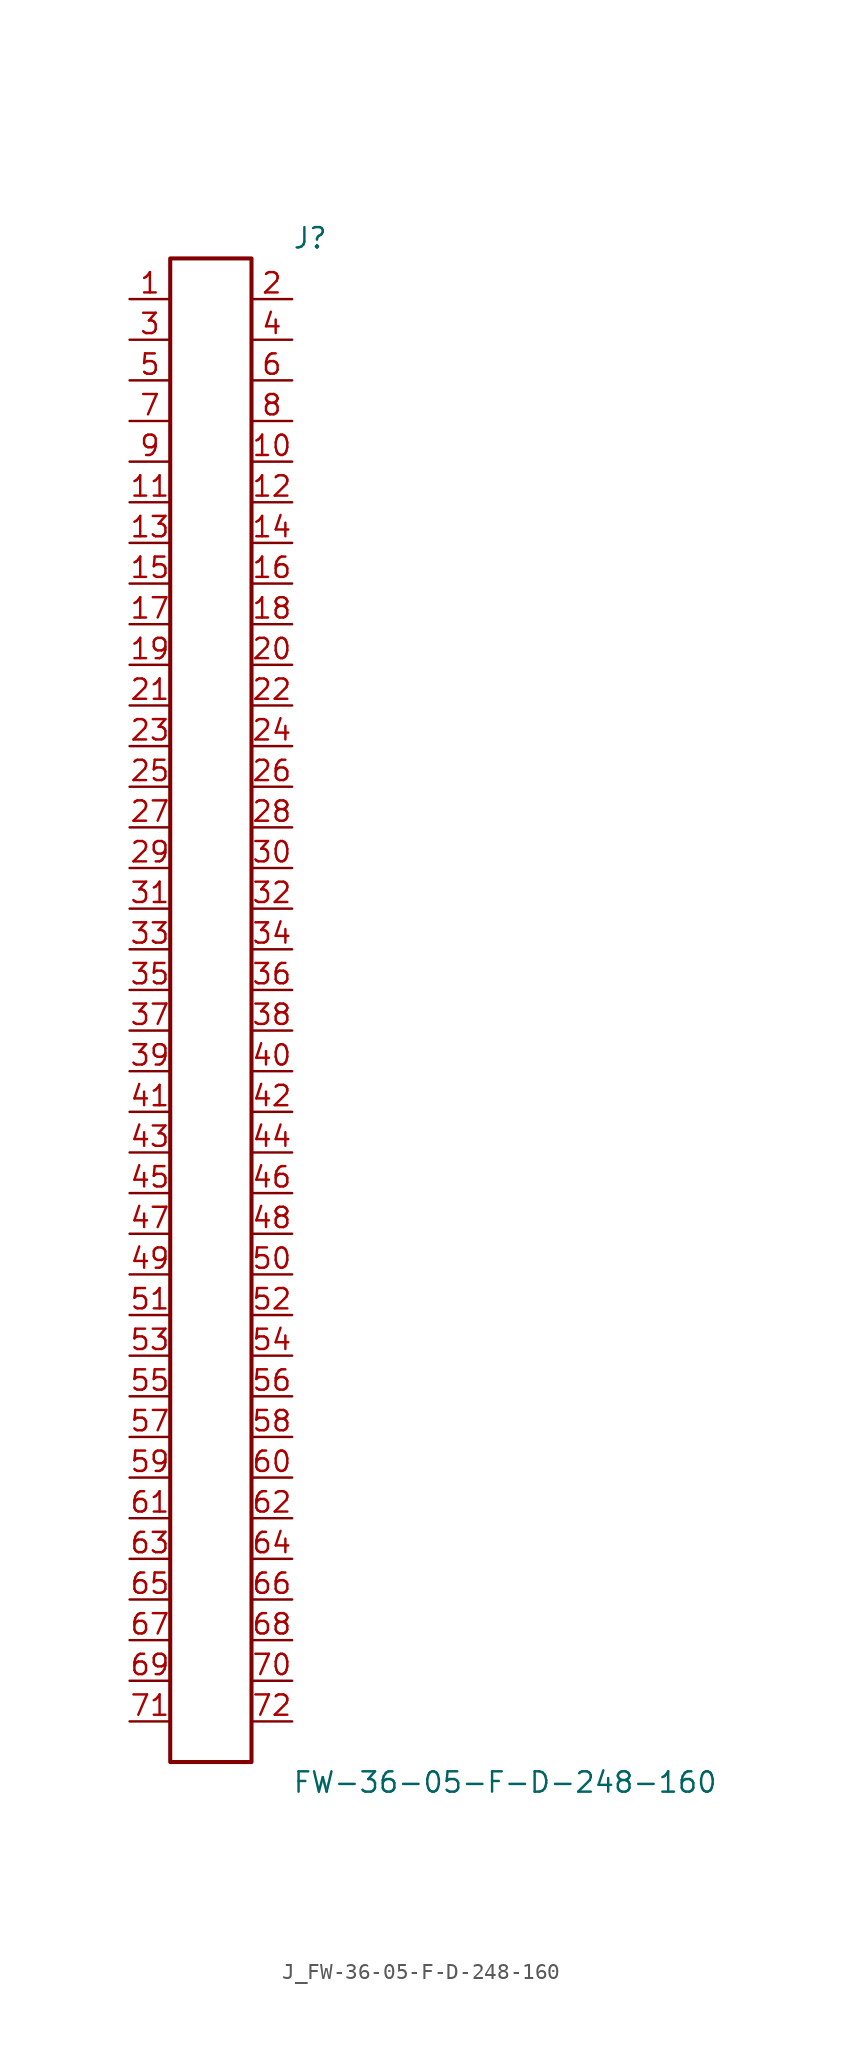
<source format=kicad_sym>
(kicad_symbol_lib
  (version 20231120)
  (generator kicad_symbol_editor)
  (generator_version 8.0)
  (symbol "J_FW-36-05-F-D-248-160"
    (pin_names
      (offset 0.254))
    (property "Reference" "J"
      (at 5.08 48.26 0)
      (effects (font (size 1.27 1.27)) (justify left)))
    (property "Value" "FW-36-05-F-D-248-160"
      (at 5.08 -48.26 0)
      (effects (font (size 1.27 1.27)) (justify left)))
    (symbol "J_FW-36-05-F-D-248-160_0_0"
      (pin passive line (at -5.08 44.45 0) (length 2.54) (name "" (effects (font (size 1.27 1.27)))) (number "1" (effects (font (size 1.27 1.27)))))
      (pin passive line (at 5.08 44.45 180) (length 2.54) (name "" (effects (font (size 1.27 1.27)))) (number "2" (effects (font (size 1.27 1.27)))))
      (pin passive line (at -5.08 41.91 0) (length 2.54) (name "" (effects (font (size 1.27 1.27)))) (number "3" (effects (font (size 1.27 1.27)))))
      (pin passive line (at 5.08 41.91 180) (length 2.54) (name "" (effects (font (size 1.27 1.27)))) (number "4" (effects (font (size 1.27 1.27)))))
      (pin passive line (at -5.08 39.37 0) (length 2.54) (name "" (effects (font (size 1.27 1.27)))) (number "5" (effects (font (size 1.27 1.27)))))
      (pin passive line (at 5.08 39.37 180) (length 2.54) (name "" (effects (font (size 1.27 1.27)))) (number "6" (effects (font (size 1.27 1.27)))))
      (pin passive line (at -5.08 36.83 0) (length 2.54) (name "" (effects (font (size 1.27 1.27)))) (number "7" (effects (font (size 1.27 1.27)))))
      (pin passive line (at 5.08 36.83 180) (length 2.54) (name "" (effects (font (size 1.27 1.27)))) (number "8" (effects (font (size 1.27 1.27)))))
      (pin passive line (at -5.08 34.29 0) (length 2.54) (name "" (effects (font (size 1.27 1.27)))) (number "9" (effects (font (size 1.27 1.27)))))
      (pin passive line (at 5.08 34.29 180) (length 2.54) (name "" (effects (font (size 1.27 1.27)))) (number "10" (effects (font (size 1.27 1.27)))))
      (pin passive line (at -5.08 31.75 0) (length 2.54) (name "" (effects (font (size 1.27 1.27)))) (number "11" (effects (font (size 1.27 1.27)))))
      (pin passive line (at 5.08 31.75 180) (length 2.54) (name "" (effects (font (size 1.27 1.27)))) (number "12" (effects (font (size 1.27 1.27)))))
      (pin passive line (at -5.08 29.21 0) (length 2.54) (name "" (effects (font (size 1.27 1.27)))) (number "13" (effects (font (size 1.27 1.27)))))
      (pin passive line (at 5.08 29.21 180) (length 2.54) (name "" (effects (font (size 1.27 1.27)))) (number "14" (effects (font (size 1.27 1.27)))))
      (pin passive line (at -5.08 26.67 0) (length 2.54) (name "" (effects (font (size 1.27 1.27)))) (number "15" (effects (font (size 1.27 1.27)))))
      (pin passive line (at 5.08 26.67 180) (length 2.54) (name "" (effects (font (size 1.27 1.27)))) (number "16" (effects (font (size 1.27 1.27)))))
      (pin passive line (at -5.08 24.13 0) (length 2.54) (name "" (effects (font (size 1.27 1.27)))) (number "17" (effects (font (size 1.27 1.27)))))
      (pin passive line (at 5.08 24.13 180) (length 2.54) (name "" (effects (font (size 1.27 1.27)))) (number "18" (effects (font (size 1.27 1.27)))))
      (pin passive line (at -5.08 21.59 0) (length 2.54) (name "" (effects (font (size 1.27 1.27)))) (number "19" (effects (font (size 1.27 1.27)))))
      (pin passive line (at 5.08 21.59 180) (length 2.54) (name "" (effects (font (size 1.27 1.27)))) (number "20" (effects (font (size 1.27 1.27)))))
      (pin passive line (at -5.08 19.05 0) (length 2.54) (name "" (effects (font (size 1.27 1.27)))) (number "21" (effects (font (size 1.27 1.27)))))
      (pin passive line (at 5.08 19.05 180) (length 2.54) (name "" (effects (font (size 1.27 1.27)))) (number "22" (effects (font (size 1.27 1.27)))))
      (pin passive line (at -5.08 16.51 0) (length 2.54) (name "" (effects (font (size 1.27 1.27)))) (number "23" (effects (font (size 1.27 1.27)))))
      (pin passive line (at 5.08 16.51 180) (length 2.54) (name "" (effects (font (size 1.27 1.27)))) (number "24" (effects (font (size 1.27 1.27)))))
      (pin passive line (at -5.08 13.97 0) (length 2.54) (name "" (effects (font (size 1.27 1.27)))) (number "25" (effects (font (size 1.27 1.27)))))
      (pin passive line (at 5.08 13.97 180) (length 2.54) (name "" (effects (font (size 1.27 1.27)))) (number "26" (effects (font (size 1.27 1.27)))))
      (pin passive line (at -5.08 11.43 0) (length 2.54) (name "" (effects (font (size 1.27 1.27)))) (number "27" (effects (font (size 1.27 1.27)))))
      (pin passive line (at 5.08 11.43 180) (length 2.54) (name "" (effects (font (size 1.27 1.27)))) (number "28" (effects (font (size 1.27 1.27)))))
      (pin passive line (at -5.08 8.89 0) (length 2.54) (name "" (effects (font (size 1.27 1.27)))) (number "29" (effects (font (size 1.27 1.27)))))
      (pin passive line (at 5.08 8.89 180) (length 2.54) (name "" (effects (font (size 1.27 1.27)))) (number "30" (effects (font (size 1.27 1.27)))))
      (pin passive line (at -5.08 6.35 0) (length 2.54) (name "" (effects (font (size 1.27 1.27)))) (number "31" (effects (font (size 1.27 1.27)))))
      (pin passive line (at 5.08 6.35 180) (length 2.54) (name "" (effects (font (size 1.27 1.27)))) (number "32" (effects (font (size 1.27 1.27)))))
      (pin passive line (at -5.08 3.81 0) (length 2.54) (name "" (effects (font (size 1.27 1.27)))) (number "33" (effects (font (size 1.27 1.27)))))
      (pin passive line (at 5.08 3.81 180) (length 2.54) (name "" (effects (font (size 1.27 1.27)))) (number "34" (effects (font (size 1.27 1.27)))))
      (pin passive line (at -5.08 1.27 0) (length 2.54) (name "" (effects (font (size 1.27 1.27)))) (number "35" (effects (font (size 1.27 1.27)))))
      (pin passive line (at 5.08 1.27 180) (length 2.54) (name "" (effects (font (size 1.27 1.27)))) (number "36" (effects (font (size 1.27 1.27)))))
      (pin passive line (at -5.08 -1.27 0) (length 2.54) (name "" (effects (font (size 1.27 1.27)))) (number "37" (effects (font (size 1.27 1.27)))))
      (pin passive line (at 5.08 -1.27 180) (length 2.54) (name "" (effects (font (size 1.27 1.27)))) (number "38" (effects (font (size 1.27 1.27)))))
      (pin passive line (at -5.08 -3.81 0) (length 2.54) (name "" (effects (font (size 1.27 1.27)))) (number "39" (effects (font (size 1.27 1.27)))))
      (pin passive line (at 5.08 -3.81 180) (length 2.54) (name "" (effects (font (size 1.27 1.27)))) (number "40" (effects (font (size 1.27 1.27)))))
      (pin passive line (at -5.08 -6.35 0) (length 2.54) (name "" (effects (font (size 1.27 1.27)))) (number "41" (effects (font (size 1.27 1.27)))))
      (pin passive line (at 5.08 -6.35 180) (length 2.54) (name "" (effects (font (size 1.27 1.27)))) (number "42" (effects (font (size 1.27 1.27)))))
      (pin passive line (at -5.08 -8.89 0) (length 2.54) (name "" (effects (font (size 1.27 1.27)))) (number "43" (effects (font (size 1.27 1.27)))))
      (pin passive line (at 5.08 -8.89 180) (length 2.54) (name "" (effects (font (size 1.27 1.27)))) (number "44" (effects (font (size 1.27 1.27)))))
      (pin passive line (at -5.08 -11.43 0) (length 2.54) (name "" (effects (font (size 1.27 1.27)))) (number "45" (effects (font (size 1.27 1.27)))))
      (pin passive line (at 5.08 -11.43 180) (length 2.54) (name "" (effects (font (size 1.27 1.27)))) (number "46" (effects (font (size 1.27 1.27)))))
      (pin passive line (at -5.08 -13.97 0) (length 2.54) (name "" (effects (font (size 1.27 1.27)))) (number "47" (effects (font (size 1.27 1.27)))))
      (pin passive line (at 5.08 -13.97 180) (length 2.54) (name "" (effects (font (size 1.27 1.27)))) (number "48" (effects (font (size 1.27 1.27)))))
      (pin passive line (at -5.08 -16.51 0) (length 2.54) (name "" (effects (font (size 1.27 1.27)))) (number "49" (effects (font (size 1.27 1.27)))))
      (pin passive line (at 5.08 -16.51 180) (length 2.54) (name "" (effects (font (size 1.27 1.27)))) (number "50" (effects (font (size 1.27 1.27)))))
      (pin passive line (at -5.08 -19.05 0) (length 2.54) (name "" (effects (font (size 1.27 1.27)))) (number "51" (effects (font (size 1.27 1.27)))))
      (pin passive line (at 5.08 -19.05 180) (length 2.54) (name "" (effects (font (size 1.27 1.27)))) (number "52" (effects (font (size 1.27 1.27)))))
      (pin passive line (at -5.08 -21.59 0) (length 2.54) (name "" (effects (font (size 1.27 1.27)))) (number "53" (effects (font (size 1.27 1.27)))))
      (pin passive line (at 5.08 -21.59 180) (length 2.54) (name "" (effects (font (size 1.27 1.27)))) (number "54" (effects (font (size 1.27 1.27)))))
      (pin passive line (at -5.08 -24.13 0) (length 2.54) (name "" (effects (font (size 1.27 1.27)))) (number "55" (effects (font (size 1.27 1.27)))))
      (pin passive line (at 5.08 -24.13 180) (length 2.54) (name "" (effects (font (size 1.27 1.27)))) (number "56" (effects (font (size 1.27 1.27)))))
      (pin passive line (at -5.08 -26.67 0) (length 2.54) (name "" (effects (font (size 1.27 1.27)))) (number "57" (effects (font (size 1.27 1.27)))))
      (pin passive line (at 5.08 -26.67 180) (length 2.54) (name "" (effects (font (size 1.27 1.27)))) (number "58" (effects (font (size 1.27 1.27)))))
      (pin passive line (at -5.08 -29.21 0) (length 2.54) (name "" (effects (font (size 1.27 1.27)))) (number "59" (effects (font (size 1.27 1.27)))))
      (pin passive line (at 5.08 -29.21 180) (length 2.54) (name "" (effects (font (size 1.27 1.27)))) (number "60" (effects (font (size 1.27 1.27)))))
      (pin passive line (at -5.08 -31.75 0) (length 2.54) (name "" (effects (font (size 1.27 1.27)))) (number "61" (effects (font (size 1.27 1.27)))))
      (pin passive line (at 5.08 -31.75 180) (length 2.54) (name "" (effects (font (size 1.27 1.27)))) (number "62" (effects (font (size 1.27 1.27)))))
      (pin passive line (at -5.08 -34.29 0) (length 2.54) (name "" (effects (font (size 1.27 1.27)))) (number "63" (effects (font (size 1.27 1.27)))))
      (pin passive line (at 5.08 -34.29 180) (length 2.54) (name "" (effects (font (size 1.27 1.27)))) (number "64" (effects (font (size 1.27 1.27)))))
      (pin passive line (at -5.08 -36.83 0) (length 2.54) (name "" (effects (font (size 1.27 1.27)))) (number "65" (effects (font (size 1.27 1.27)))))
      (pin passive line (at 5.08 -36.83 180) (length 2.54) (name "" (effects (font (size 1.27 1.27)))) (number "66" (effects (font (size 1.27 1.27)))))
      (pin passive line (at -5.08 -39.37 0) (length 2.54) (name "" (effects (font (size 1.27 1.27)))) (number "67" (effects (font (size 1.27 1.27)))))
      (pin passive line (at 5.08 -39.37 180) (length 2.54) (name "" (effects (font (size 1.27 1.27)))) (number "68" (effects (font (size 1.27 1.27)))))
      (pin passive line (at -5.08 -41.91 0) (length 2.54) (name "" (effects (font (size 1.27 1.27)))) (number "69" (effects (font (size 1.27 1.27)))))
      (pin passive line (at 5.08 -41.91 180) (length 2.54) (name "" (effects (font (size 1.27 1.27)))) (number "70" (effects (font (size 1.27 1.27)))))
      (pin passive line (at -5.08 -44.45 0) (length 2.54) (name "" (effects (font (size 1.27 1.27)))) (number "71" (effects (font (size 1.27 1.27)))))
      (pin passive line (at 5.08 -44.45 180) (length 2.54) (name "" (effects (font (size 1.27 1.27)))) (number "72" (effects (font (size 1.27 1.27))))))
    (symbol "J_FW-36-05-F-D-248-160_1_0"
      (rectangle (start -2.54 46.99) (end 2.54 -46.99) (stroke (width 0.254) (type solid)) (fill (type none))))))
</source>
